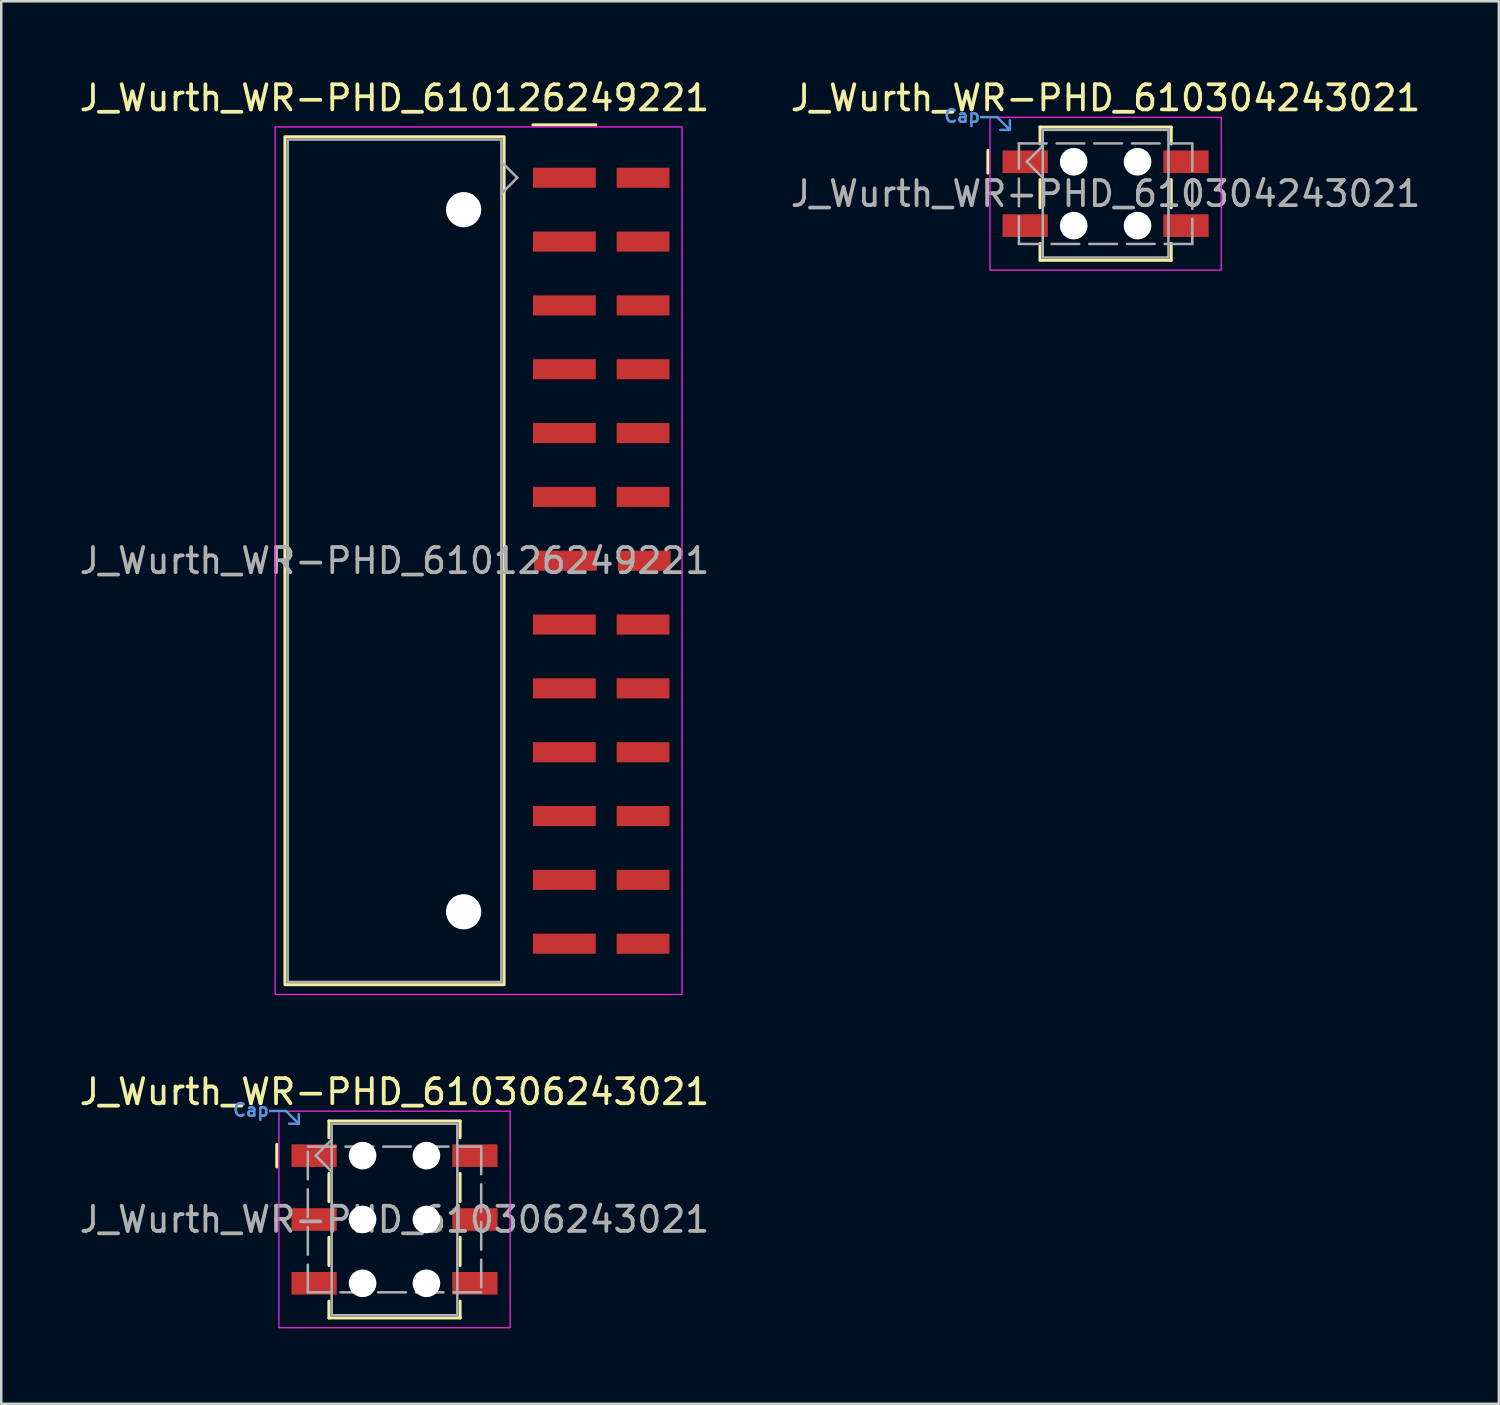
<source format=kicad_pcb>
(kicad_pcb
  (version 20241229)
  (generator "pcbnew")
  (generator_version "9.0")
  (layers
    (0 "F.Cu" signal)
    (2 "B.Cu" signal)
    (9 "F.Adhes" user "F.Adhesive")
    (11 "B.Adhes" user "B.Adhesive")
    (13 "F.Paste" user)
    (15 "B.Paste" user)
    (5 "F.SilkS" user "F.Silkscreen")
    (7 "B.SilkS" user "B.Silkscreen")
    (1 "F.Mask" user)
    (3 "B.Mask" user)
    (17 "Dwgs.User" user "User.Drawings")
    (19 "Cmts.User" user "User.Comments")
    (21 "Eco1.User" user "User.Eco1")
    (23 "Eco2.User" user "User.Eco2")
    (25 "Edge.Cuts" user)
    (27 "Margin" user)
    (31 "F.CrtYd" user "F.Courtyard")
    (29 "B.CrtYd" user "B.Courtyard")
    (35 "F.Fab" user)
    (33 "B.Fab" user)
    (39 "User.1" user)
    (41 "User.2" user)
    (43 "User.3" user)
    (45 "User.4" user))
  (footprint "J_Wurth_WR-PHD_610306243021"
    (layer "F.Cu")
    (at 12.649 45.477)
    (property "Reference" "J_Wurth_WR-PHD_610306243021" (at 0 -5.08 0) (unlocked yes) (layer "F.SilkS") (effects (font (size 1 1) (thickness 0.15))))
    (attr smd)
    (fp_line (start -4.685 -2.99) (end -4.685 -2.09) (stroke (width 0.12) (type solid)) (layer "F.SilkS"))
    (fp_line (start -2.61 -3.92) (end -2.61 -3.25) (stroke (width 0.12) (type solid)) (layer "F.SilkS"))
    (fp_line (start -2.61 -1.83) (end -2.61 -0.71) (stroke (width 0.12) (type solid)) (layer "F.SilkS"))
    (fp_line (start -2.61 0.71) (end -2.61 1.83) (stroke (width 0.12) (type solid)) (layer "F.SilkS"))
    (fp_line (start -2.61 3.25) (end -2.61 3.92) (stroke (width 0.12) (type solid)) (layer "F.SilkS"))
    (fp_line (start 2.61 -3.92) (end -2.61 -3.92) (stroke (width 0.12) (type solid)) (layer "F.SilkS"))
    (fp_line (start 2.61 -3.92) (end 2.61 -3.25) (stroke (width 0.12) (type solid)) (layer "F.SilkS"))
    (fp_line (start 2.61 -1.83) (end 2.61 -0.71) (stroke (width 0.12) (type solid)) (layer "F.SilkS"))
    (fp_line (start 2.61 0.71) (end 2.61 1.83) (stroke (width 0.12) (type solid)) (layer "F.SilkS"))
    (fp_line (start 2.61 3.25) (end 2.61 3.92) (stroke (width 0.12) (type solid)) (layer "F.SilkS"))
    (fp_line (start 2.61 3.92) (end -2.61 3.92) (stroke (width 0.12) (type solid)) (layer "F.SilkS"))
    (fp_line (start -4.953 -4.318) (end -4.318 -4.318) (stroke (width 0.1) (type default)) (layer "Cmts.User"))
    (fp_line (start -4.318 -4.318) (end -3.81 -3.81) (stroke (width 0.1) (type default)) (layer "Cmts.User"))
    (fp_line (start -3.81 -3.81) (end -4.191 -3.81) (stroke (width 0.1) (type default)) (layer "Cmts.User"))
    (fp_line (start -3.81 -3.81) (end -3.81 -4.191) (stroke (width 0.1) (type default)) (layer "Cmts.User"))
    (fp_rect (start -4.6 -4.31) (end 4.6 4.31) (stroke (width 0.05) (type solid)) (fill no) (layer "F.CrtYd"))
    (fp_line (start -3.135 -2.54) (end -2.5 -3.175) (stroke (width 0.1) (type default)) (layer "F.Fab"))
    (fp_line (start -2.5 -1.905) (end -3.135 -2.54) (stroke (width 0.1) (type default)) (layer "F.Fab"))
    (fp_rect (start -3.45 -2.9) (end 3.45 2.9) (stroke (width 0.1) (type dash)) (fill no) (layer "F.Fab"))
    (fp_rect (start -2.5 -3.81) (end 2.5 3.81) (stroke (width 0.1) (type solid)) (fill no) (layer "F.Fab"))
    (fp_text user "Cap" (at -6.477 -4.064 0) (unlocked yes) (layer "Cmts.User") (effects (font (size 0.5 0.5) (thickness 0.1) (bold yes)) (justify left bottom)))
    (fp_text user "${REFERENCE}" (at 0 0 0) (unlocked yes) (layer "F.Fab") (effects (font (size 1 1) (thickness 0.15))))
    (pad "" np_thru_hole circle (at -1.27 -2.54 270) (size 1.1 1.1) (drill 1.1) (layers "*.Cu" "*.Mask"))
    (pad "" np_thru_hole circle (at -1.27 0 270) (size 1.1 1.1) (drill 1.1) (layers "*.Cu" "*.Mask"))
    (pad "" np_thru_hole circle (at -1.27 2.54 270) (size 1.1 1.1) (drill 1.1) (layers "*.Cu" "*.Mask"))
    (pad "" np_thru_hole circle (at 1.27 -2.54 270) (size 1.1 1.1) (drill 1.1) (layers "*.Cu" "*.Mask"))
    (pad "" np_thru_hole circle (at 1.27 0 270) (size 1.1 1.1) (drill 1.1) (layers "*.Cu" "*.Mask"))
    (pad "" np_thru_hole circle (at 1.27 2.54 270) (size 1.1 1.1) (drill 1.1) (layers "*.Cu" "*.Mask"))
    (pad "1" smd rect (at -3.2 -2.54 270) (size 0.9 1.8) (layers "F.Cu" "F.Mask" "F.Paste"))
    (pad "2" smd rect (at 3.2 -2.54 270) (size 0.9 1.8) (layers "F.Cu" "F.Mask" "F.Paste"))
    (pad "3" smd rect (at -3.2 0 270) (size 0.9 1.8) (layers "F.Cu" "F.Mask" "F.Paste"))
    (pad "4" smd rect (at 3.2 0 270) (size 0.9 1.8) (layers "F.Cu" "F.Mask" "F.Paste"))
    (pad "5" smd rect (at -3.2 2.54 270) (size 0.9 1.8) (layers "F.Cu" "F.Mask" "F.Paste"))
    (pad "6" smd rect (at 3.2 2.54 270) (size 0.9 1.8) (layers "F.Cu" "F.Mask" "F.Paste")))
  (footprint "J_Wurth_WR-PHD_610126249221"
    (layer "F.Cu")
    (at 12.649 19.263)
    (property "Reference" "J_Wurth_WR-PHD_610126249221" (at 0 -18.415 0) (unlocked yes) (layer "F.SilkS") (effects (font (size 1 1) (thickness 0.15))))
    (attr smd)
    (fp_line (start 8.01 -17.345) (end 5.51 -17.345) (stroke (width 0.12) (type solid)) (layer "F.SilkS"))
    (fp_rect (start -4.36 -16.87) (end 4.36 16.87) (stroke (width 0.12) (type solid)) (fill no) (layer "F.SilkS"))
    (fp_rect (start -4.75 -17.26) (end 11.44 17.26) (stroke (width 0.05) (type solid)) (fill no) (layer "F.CrtYd"))
    (fp_line (start 4.25 -15.875) (end 4.885 -15.24) (stroke (width 0.1) (type default)) (layer "F.Fab"))
    (fp_line (start 4.885 -15.24) (end 4.25 -14.605) (stroke (width 0.1) (type default)) (layer "F.Fab"))
    (fp_rect (start -4.25 -16.76) (end 4.25 16.76) (stroke (width 0.1) (type solid)) (fill no) (layer "F.Fab"))
    (fp_text user "${REFERENCE}" (at 0 0 0) (unlocked yes) (layer "F.Fab") (effects (font (size 1 1) (thickness 0.15))))
    (pad "" np_thru_hole circle (at 2.75 -13.97 270) (size 1.4 1.4) (drill 1.4) (layers "*.Cu" "*.Mask"))
    (pad "" np_thru_hole circle (at 2.75 13.97 270) (size 1.4 1.4) (drill 1.4) (layers "*.Cu" "*.Mask"))
    (pad "1" smd rect (at 6.76 -15.24 270) (size 0.8 2.5) (layers "F.Cu" "F.Mask" "F.Paste"))
    (pad "2" smd rect (at 9.89 -15.24 270) (size 0.8 2.1) (layers "F.Cu" "F.Mask" "F.Paste"))
    (pad "3" smd rect (at 6.76 -12.7 270) (size 0.8 2.5) (layers "F.Cu" "F.Mask" "F.Paste"))
    (pad "4" smd rect (at 9.89 -12.7 270) (size 0.8 2.1) (layers "F.Cu" "F.Mask" "F.Paste"))
    (pad "5" smd rect (at 6.76 -10.16 270) (size 0.8 2.5) (layers "F.Cu" "F.Mask" "F.Paste"))
    (pad "6" smd rect (at 9.89 -10.16 270) (size 0.8 2.1) (layers "F.Cu" "F.Mask" "F.Paste"))
    (pad "7" smd rect (at 6.76 -7.62 270) (size 0.8 2.5) (layers "F.Cu" "F.Mask" "F.Paste"))
    (pad "8" smd rect (at 9.89 -7.62 270) (size 0.8 2.1) (layers "F.Cu" "F.Mask" "F.Paste"))
    (pad "9" smd rect (at 6.76 -5.08 270) (size 0.8 2.5) (layers "F.Cu" "F.Mask" "F.Paste"))
    (pad "10" smd rect (at 9.89 -5.08 270) (size 0.8 2.1) (layers "F.Cu" "F.Mask" "F.Paste"))
    (pad "11" smd rect (at 6.76 -2.54 270) (size 0.8 2.5) (layers "F.Cu" "F.Mask" "F.Paste"))
    (pad "12" smd rect (at 9.89 -2.54 270) (size 0.8 2.1) (layers "F.Cu" "F.Mask" "F.Paste"))
    (pad "13" smd rect (at 6.805 0 270) (size 0.8 2.5) (layers "F.Cu" "F.Mask" "F.Paste"))
    (pad "14" smd rect (at 9.935 0 270) (size 0.8 2.1) (layers "F.Cu" "F.Mask" "F.Paste"))
    (pad "15" smd rect (at 6.76 2.54 270) (size 0.8 2.5) (layers "F.Cu" "F.Mask" "F.Paste"))
    (pad "16" smd rect (at 9.89 2.54 270) (size 0.8 2.1) (layers "F.Cu" "F.Mask" "F.Paste"))
    (pad "17" smd rect (at 6.76 5.08 270) (size 0.8 2.5) (layers "F.Cu" "F.Mask" "F.Paste"))
    (pad "18" smd rect (at 9.89 5.08 270) (size 0.8 2.1) (layers "F.Cu" "F.Mask" "F.Paste"))
    (pad "19" smd rect (at 6.76 7.62 270) (size 0.8 2.5) (layers "F.Cu" "F.Mask" "F.Paste"))
    (pad "20" smd rect (at 9.89 7.62 270) (size 0.8 2.1) (layers "F.Cu" "F.Mask" "F.Paste"))
    (pad "21" smd rect (at 6.76 10.16 270) (size 0.8 2.5) (layers "F.Cu" "F.Mask" "F.Paste"))
    (pad "22" smd rect (at 9.89 10.16 270) (size 0.8 2.1) (layers "F.Cu" "F.Mask" "F.Paste"))
    (pad "23" smd rect (at 6.76 12.7 270) (size 0.8 2.5) (layers "F.Cu" "F.Mask" "F.Paste"))
    (pad "24" smd rect (at 9.89 12.7 270) (size 0.8 2.1) (layers "F.Cu" "F.Mask" "F.Paste"))
    (pad "25" smd rect (at 6.76 15.24 270) (size 0.8 2.5) (layers "F.Cu" "F.Mask" "F.Paste"))
    (pad "26" smd rect (at 9.89 15.24 270) (size 0.8 2.1) (layers "F.Cu" "F.Mask" "F.Paste")))
  (footprint "J_Wurth_WR-PHD_610304243021"
    (layer "F.Cu")
    (at 40.946 4.658)
    (property "Reference" "J_Wurth_WR-PHD_610304243021" (at 0 -3.81 0) (unlocked yes) (layer "F.SilkS") (effects (font (size 1 1) (thickness 0.15))))
    (attr smd)
    (fp_line (start -4.685 -1.72) (end -4.685 -0.82) (stroke (width 0.12) (type solid)) (layer "F.SilkS"))
    (fp_line (start -2.61 -2.65) (end -2.61 -1.98) (stroke (width 0.12) (type solid)) (layer "F.SilkS"))
    (fp_line (start -2.61 -0.56) (end -2.61 0.56) (stroke (width 0.12) (type solid)) (layer "F.SilkS"))
    (fp_line (start -2.61 1.98) (end -2.61 2.65) (stroke (width 0.12) (type solid)) (layer "F.SilkS"))
    (fp_line (start 2.61 -2.65) (end -2.61 -2.65) (stroke (width 0.12) (type solid)) (layer "F.SilkS"))
    (fp_line (start 2.61 -2.65) (end 2.61 -1.98) (stroke (width 0.12) (type solid)) (layer "F.SilkS"))
    (fp_line (start 2.61 -0.56) (end 2.61 0.56) (stroke (width 0.12) (type solid)) (layer "F.SilkS"))
    (fp_line (start 2.61 1.98) (end 2.61 2.65) (stroke (width 0.12) (type solid)) (layer "F.SilkS"))
    (fp_line (start 2.61 2.65) (end -2.61 2.65) (stroke (width 0.12) (type solid)) (layer "F.SilkS"))
    (fp_line (start -4.953 -3.048) (end -4.318 -3.048) (stroke (width 0.1) (type default)) (layer "Cmts.User"))
    (fp_line (start -4.318 -3.048) (end -3.81 -2.54) (stroke (width 0.1) (type default)) (layer "Cmts.User"))
    (fp_line (start -3.81 -2.54) (end -4.191 -2.54) (stroke (width 0.1) (type default)) (layer "Cmts.User"))
    (fp_line (start -3.81 -2.54) (end -3.81 -2.921) (stroke (width 0.1) (type default)) (layer "Cmts.User"))
    (fp_rect (start -4.6 -3.04) (end 4.6 3.04) (stroke (width 0.05) (type solid)) (fill no) (layer "F.CrtYd"))
    (fp_line (start -3.135 -1.27) (end -2.5 -1.905) (stroke (width 0.1) (type default)) (layer "F.Fab"))
    (fp_line (start -2.5 -0.635) (end -3.135 -1.27) (stroke (width 0.1) (type default)) (layer "F.Fab"))
    (fp_rect (start -3.45 -2) (end 3.45 2) (stroke (width 0.1) (type dash)) (fill no) (layer "F.Fab"))
    (fp_rect (start -2.5 -2.54) (end 2.5 2.54) (stroke (width 0.1) (type solid)) (fill no) (layer "F.Fab"))
    (fp_text user "Cap" (at -6.477 -2.794 0) (unlocked yes) (layer "Cmts.User") (effects (font (size 0.5 0.5) (thickness 0.1) (bold yes)) (justify left bottom)))
    (fp_text user "${REFERENCE}" (at 0 0 0) (unlocked yes) (layer "F.Fab") (effects (font (size 1 1) (thickness 0.15))))
    (pad "" np_thru_hole circle (at -1.27 -1.27 270) (size 1.1 1.1) (drill 1.1) (layers "*.Cu" "*.Mask"))
    (pad "" np_thru_hole circle (at -1.27 1.27 270) (size 1.1 1.1) (drill 1.1) (layers "*.Cu" "*.Mask"))
    (pad "" np_thru_hole circle (at 1.27 -1.27 270) (size 1.1 1.1) (drill 1.1) (layers "*.Cu" "*.Mask"))
    (pad "" np_thru_hole circle (at 1.27 1.27 270) (size 1.1 1.1) (drill 1.1) (layers "*.Cu" "*.Mask"))
    (pad "1" smd rect (at -3.2 -1.27 270) (size 0.9 1.8) (layers "F.Cu" "F.Mask" "F.Paste"))
    (pad "2" smd rect (at 3.2 -1.27 270) (size 0.9 1.8) (layers "F.Cu" "F.Mask" "F.Paste"))
    (pad "3" smd rect (at -3.2 1.27 270) (size 0.9 1.8) (layers "F.Cu" "F.Mask" "F.Paste"))
    (pad "4" smd rect (at 3.2 1.27 270) (size 0.9 1.8) (layers "F.Cu" "F.Mask" "F.Paste")))
  (gr_rect
    (start -3 -3)
    (end 56.595 52.812)
    (stroke (width 0.1) (type default))
    (fill no)
    (layer "Edge.Cuts")))
</source>
